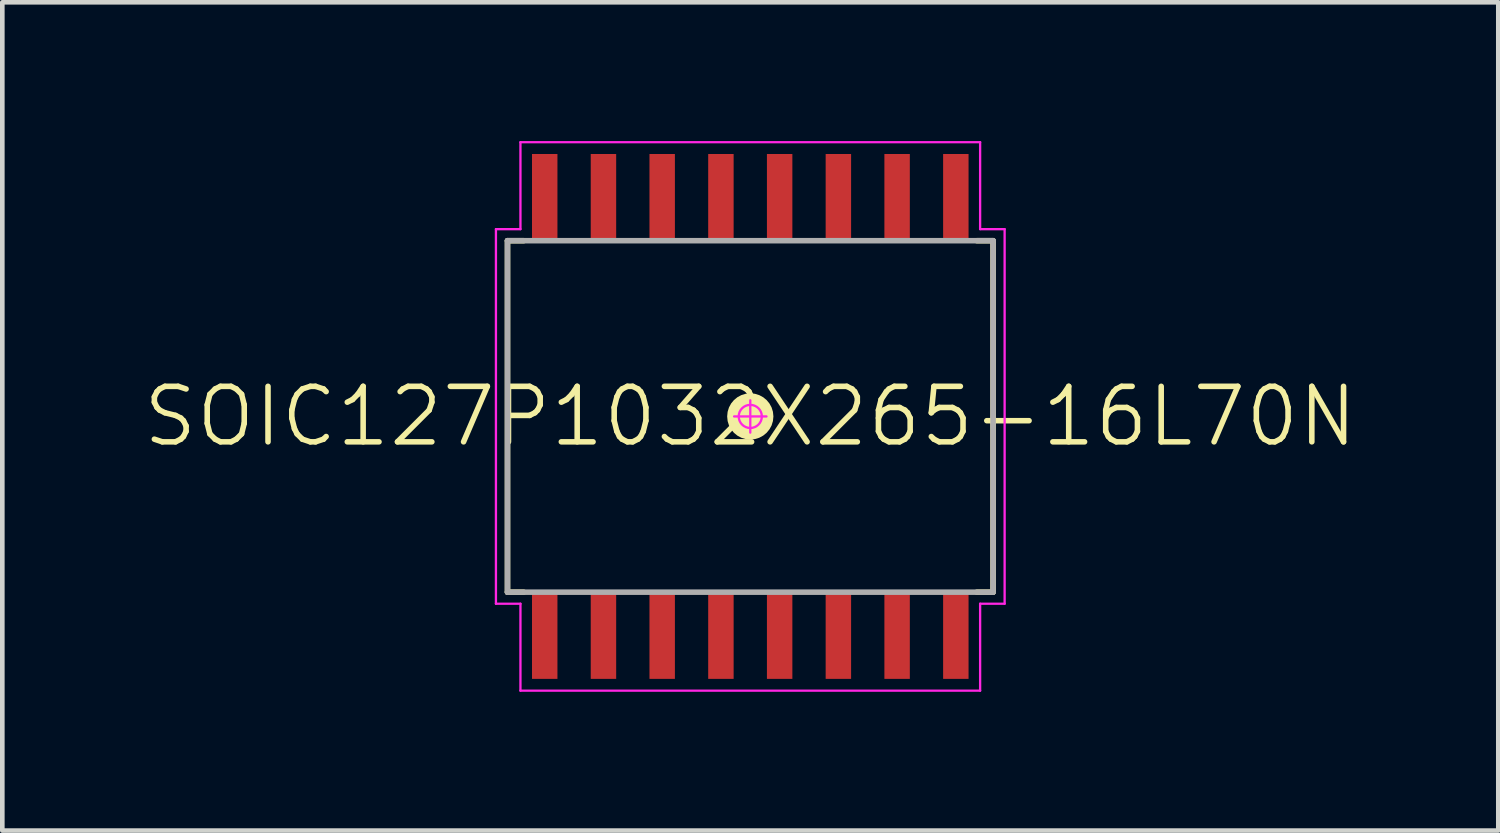
<source format=kicad_pcb>
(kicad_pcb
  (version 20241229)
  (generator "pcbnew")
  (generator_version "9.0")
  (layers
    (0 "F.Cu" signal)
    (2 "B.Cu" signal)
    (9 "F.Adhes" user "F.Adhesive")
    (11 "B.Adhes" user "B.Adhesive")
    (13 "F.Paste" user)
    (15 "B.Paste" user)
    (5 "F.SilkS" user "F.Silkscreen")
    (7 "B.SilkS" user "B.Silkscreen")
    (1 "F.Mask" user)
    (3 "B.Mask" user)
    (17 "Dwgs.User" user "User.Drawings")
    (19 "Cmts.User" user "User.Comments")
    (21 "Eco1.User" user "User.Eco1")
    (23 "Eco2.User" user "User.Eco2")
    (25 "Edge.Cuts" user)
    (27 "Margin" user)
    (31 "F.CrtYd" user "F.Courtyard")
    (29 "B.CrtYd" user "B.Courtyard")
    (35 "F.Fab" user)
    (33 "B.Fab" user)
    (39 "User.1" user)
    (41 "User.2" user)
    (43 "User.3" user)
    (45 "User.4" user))
  (footprint "SOIC127P1032X265-16L70N"
    (layer "F.Cu")
    (at 13.174 5.955)
    (property "Reference" "SOIC127P1032X265-16L70N" (at 0 0 0) (layer "F.SilkS") (effects (font (size 1.2 1.2) (thickness 0.12))))
    (attr smd)
    (fp_line (start -5.25 -3.8) (end -4.9 -3.8) (stroke (width 0.12) (type solid)) (layer "F.SilkS"))
    (fp_line (start -5.25 3.8) (end -5.25 -3.8) (stroke (width 0.12) (type solid)) (layer "F.SilkS"))
    (fp_line (start -4.9 3.8) (end -5.25 3.8) (stroke (width 0.12) (type solid)) (layer "F.SilkS"))
    (fp_line (start 4.9 3.8) (end 5.25 3.8) (stroke (width 0.12) (type solid)) (layer "F.SilkS"))
    (fp_line (start 5.25 -3.8) (end 4.9 -3.8) (stroke (width 0.12) (type solid)) (layer "F.SilkS"))
    (fp_line (start 5.25 3.8) (end 5.25 -3.8) (stroke (width 0.12) (type solid)) (layer "F.SilkS"))
    (fp_circle (center 0 0) (end 0 0.25) (stroke (width 0.5) (type solid)) (fill no) (layer "F.SilkS"))
    (fp_line (start -5.5 -4.05) (end -5.5 4.05) (stroke (width 0.05) (type solid)) (layer "F.CrtYd"))
    (fp_line (start -5.5 4.05) (end -4.97 4.05) (stroke (width 0.05) (type solid)) (layer "F.CrtYd"))
    (fp_line (start -4.97 -5.93) (end -4.97 -4.05) (stroke (width 0.05) (type solid)) (layer "F.CrtYd"))
    (fp_line (start -4.97 -4.05) (end -5.5 -4.05) (stroke (width 0.05) (type solid)) (layer "F.CrtYd"))
    (fp_line (start -4.97 4.05) (end -4.97 5.93) (stroke (width 0.05) (type solid)) (layer "F.CrtYd"))
    (fp_line (start -4.97 5.93) (end 4.97 5.93) (stroke (width 0.05) (type solid)) (layer "F.CrtYd"))
    (fp_line (start -0.35 0) (end 0.35 0) (stroke (width 0.05) (type solid)) (layer "F.CrtYd"))
    (fp_line (start 0 -0.35) (end 0 0.35) (stroke (width 0.05) (type solid)) (layer "F.CrtYd"))
    (fp_line (start 4.97 -5.93) (end -4.97 -5.93) (stroke (width 0.05) (type solid)) (layer "F.CrtYd"))
    (fp_line (start 4.97 -4.05) (end 4.97 -5.93) (stroke (width 0.05) (type solid)) (layer "F.CrtYd"))
    (fp_line (start 4.97 4.05) (end 5.5 4.05) (stroke (width 0.05) (type solid)) (layer "F.CrtYd"))
    (fp_line (start 4.97 5.93) (end 4.97 4.05) (stroke (width 0.05) (type solid)) (layer "F.CrtYd"))
    (fp_line (start 5.5 -4.05) (end 4.97 -4.05) (stroke (width 0.05) (type solid)) (layer "F.CrtYd"))
    (fp_line (start 5.5 4.05) (end 5.5 -4.05) (stroke (width 0.05) (type solid)) (layer "F.CrtYd"))
    (fp_circle (center 0 0) (end 0 0.25) (stroke (width 0.05) (type solid)) (fill no) (layer "F.CrtYd"))
    (fp_line (start -5.25 -3.8) (end 5.25 -3.8) (stroke (width 0.12) (type solid)) (layer "F.Fab"))
    (fp_line (start -5.25 3.8) (end -5.25 -3.8) (stroke (width 0.12) (type solid)) (layer "F.Fab"))
    (fp_line (start 5.25 -3.8) (end 5.25 3.8) (stroke (width 0.12) (type solid)) (layer "F.Fab"))
    (fp_line (start 5.25 3.8) (end -5.25 3.8) (stroke (width 0.12) (type solid)) (layer "F.Fab"))
    (pad "1" smd rect (at -4.445 4.72 90) (size 1.91 0.55) (layers "F.Cu" "F.Mask" "F.Paste"))
    (pad "2" smd rect (at -3.175 4.72 90) (size 1.91 0.55) (layers "F.Cu" "F.Mask" "F.Paste"))
    (pad "3" smd rect (at -1.905 4.72 90) (size 1.91 0.55) (layers "F.Cu" "F.Mask" "F.Paste"))
    (pad "4" smd rect (at -0.635 4.72 90) (size 1.91 0.55) (layers "F.Cu" "F.Mask" "F.Paste"))
    (pad "5" smd rect (at 0.635 4.72 90) (size 1.91 0.55) (layers "F.Cu" "F.Mask" "F.Paste"))
    (pad "6" smd rect (at 1.905 4.72 90) (size 1.91 0.55) (layers "F.Cu" "F.Mask" "F.Paste"))
    (pad "7" smd rect (at 3.175 4.72 90) (size 1.91 0.55) (layers "F.Cu" "F.Mask" "F.Paste"))
    (pad "8" smd rect (at 4.445 4.72 90) (size 1.91 0.55) (layers "F.Cu" "F.Mask" "F.Paste"))
    (pad "9" smd rect (at 4.445 -4.72 90) (size 1.91 0.55) (layers "F.Cu" "F.Mask" "F.Paste"))
    (pad "10" smd rect (at 3.175 -4.72 90) (size 1.91 0.55) (layers "F.Cu" "F.Mask" "F.Paste"))
    (pad "11" smd rect (at 1.905 -4.72 90) (size 1.91 0.55) (layers "F.Cu" "F.Mask" "F.Paste"))
    (pad "12" smd rect (at 0.635 -4.72 90) (size 1.91 0.55) (layers "F.Cu" "F.Mask" "F.Paste"))
    (pad "13" smd rect (at -0.635 -4.72 90) (size 1.91 0.55) (layers "F.Cu" "F.Mask" "F.Paste"))
    (pad "14" smd rect (at -1.905 -4.72 90) (size 1.91 0.55) (layers "F.Cu" "F.Mask" "F.Paste"))
    (pad "15" smd rect (at -3.175 -4.72 90) (size 1.91 0.55) (layers "F.Cu" "F.Mask" "F.Paste"))
    (pad "16" smd rect (at -4.445 -4.72 90) (size 1.91 0.55) (layers "F.Cu" "F.Mask" "F.Paste")))
  (gr_rect
    (start -3 -3)
    (end 29.349 14.91)
    (stroke (width 0.1) (type default))
    (fill no)
    (layer "Edge.Cuts")))
</source>
